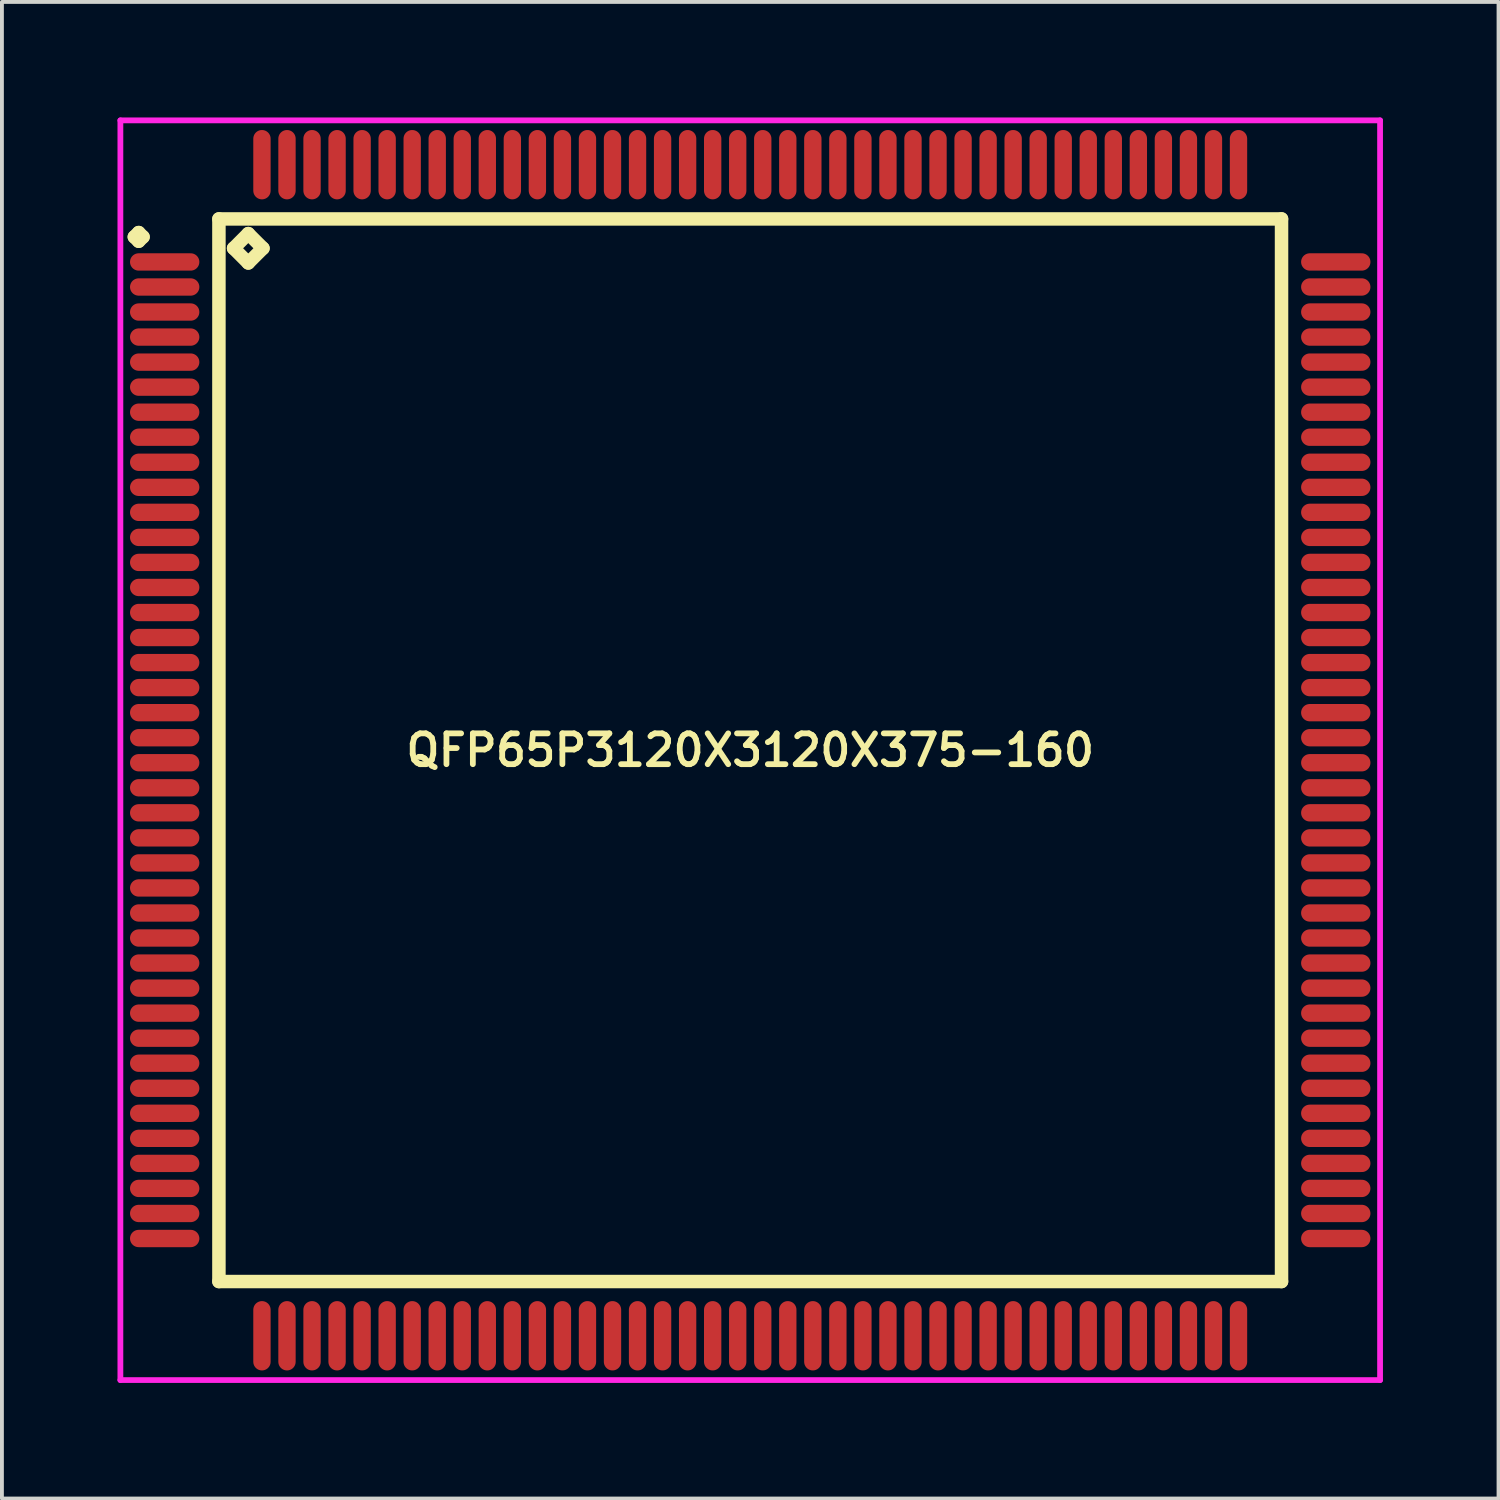
<source format=kicad_pcb>
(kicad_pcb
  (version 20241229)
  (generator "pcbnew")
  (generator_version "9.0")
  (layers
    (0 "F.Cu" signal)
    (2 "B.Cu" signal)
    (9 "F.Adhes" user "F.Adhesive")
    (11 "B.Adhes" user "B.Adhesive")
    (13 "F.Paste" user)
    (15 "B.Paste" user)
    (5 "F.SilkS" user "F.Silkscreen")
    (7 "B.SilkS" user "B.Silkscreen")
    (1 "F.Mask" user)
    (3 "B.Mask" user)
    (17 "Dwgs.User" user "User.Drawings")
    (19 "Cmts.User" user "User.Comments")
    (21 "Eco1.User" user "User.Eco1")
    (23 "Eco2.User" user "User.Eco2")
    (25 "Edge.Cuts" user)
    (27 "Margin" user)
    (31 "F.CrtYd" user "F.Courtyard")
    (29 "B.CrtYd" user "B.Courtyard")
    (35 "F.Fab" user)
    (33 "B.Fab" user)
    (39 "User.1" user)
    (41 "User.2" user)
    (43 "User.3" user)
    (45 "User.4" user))
  (footprint "QFP65P3120X3120X375-160"
    (layer "F.Cu")
    (at 16.425 16.425)
    (property "Reference" "QFP65P3120X3120X375-160" (at 0 0 0) (layer "F.SilkS") (effects (font (size 0.8 0.8) (thickness 0.15))))
    (attr through_hole)
    (fp_line (start -15.988 -13.325) (end -15.875 -13.438) (stroke (width 0.35) (type solid)) (layer "F.SilkS"))
    (fp_line (start -15.875 -13.438) (end -15.762 -13.325) (stroke (width 0.35) (type solid)) (layer "F.SilkS"))
    (fp_line (start -15.875 -13.213) (end -15.988 -13.325) (stroke (width 0.35) (type solid)) (layer "F.SilkS"))
    (fp_line (start -15.762 -13.325) (end -15.875 -13.213) (stroke (width 0.35) (type solid)) (layer "F.SilkS"))
    (fp_line (start -13.792 -13.792) (end -13.792 13.792) (stroke (width 0.35) (type solid)) (layer "F.SilkS"))
    (fp_line (start -13.792 13.792) (end 13.792 13.792) (stroke (width 0.35) (type solid)) (layer "F.SilkS"))
    (fp_line (start -13.411 -13.03) (end -13.03 -13.411) (stroke (width 0.35) (type solid)) (layer "F.SilkS"))
    (fp_line (start -13.03 -13.411) (end -12.649 -13.03) (stroke (width 0.35) (type solid)) (layer "F.SilkS"))
    (fp_line (start -13.03 -12.649) (end -13.411 -13.03) (stroke (width 0.35) (type solid)) (layer "F.SilkS"))
    (fp_line (start -12.649 -13.03) (end -13.03 -12.649) (stroke (width 0.35) (type solid)) (layer "F.SilkS"))
    (fp_line (start 13.792 -13.792) (end -13.792 -13.792) (stroke (width 0.35) (type solid)) (layer "F.SilkS"))
    (fp_line (start 13.792 13.792) (end 13.792 -13.792) (stroke (width 0.35) (type solid)) (layer "F.SilkS"))
    (fp_line (start -16.35 -16.35) (end 16.35 -16.35) (stroke (width 0.15) (type solid)) (layer "F.CrtYd"))
    (fp_line (start -16.35 16.35) (end -16.35 -16.35) (stroke (width 0.15) (type solid)) (layer "F.CrtYd"))
    (fp_line (start 16.35 -16.35) (end 16.35 16.35) (stroke (width 0.15) (type solid)) (layer "F.CrtYd"))
    (fp_line (start 16.35 16.35) (end -16.35 16.35) (stroke (width 0.15) (type solid)) (layer "F.CrtYd"))
    (pad "1" smd oval (at -15.2 -12.675) (size 1.8 0.45) (layers "F.Cu" "F.Mask" "F.Paste"))
    (pad "2" smd oval (at -15.2 -12.025) (size 1.8 0.45) (layers "F.Cu" "F.Mask" "F.Paste"))
    (pad "3" smd oval (at -15.2 -11.375) (size 1.8 0.45) (layers "F.Cu" "F.Mask" "F.Paste"))
    (pad "4" smd oval (at -15.2 -10.725) (size 1.8 0.45) (layers "F.Cu" "F.Mask" "F.Paste"))
    (pad "5" smd oval (at -15.2 -10.075) (size 1.8 0.45) (layers "F.Cu" "F.Mask" "F.Paste"))
    (pad "6" smd oval (at -15.2 -9.425) (size 1.8 0.45) (layers "F.Cu" "F.Mask" "F.Paste"))
    (pad "7" smd oval (at -15.2 -8.775) (size 1.8 0.45) (layers "F.Cu" "F.Mask" "F.Paste"))
    (pad "8" smd oval (at -15.2 -8.125) (size 1.8 0.45) (layers "F.Cu" "F.Mask" "F.Paste"))
    (pad "9" smd oval (at -15.2 -7.475) (size 1.8 0.45) (layers "F.Cu" "F.Mask" "F.Paste"))
    (pad "10" smd oval (at -15.2 -6.825) (size 1.8 0.45) (layers "F.Cu" "F.Mask" "F.Paste"))
    (pad "11" smd oval (at -15.2 -6.175) (size 1.8 0.45) (layers "F.Cu" "F.Mask" "F.Paste"))
    (pad "12" smd oval (at -15.2 -5.525) (size 1.8 0.45) (layers "F.Cu" "F.Mask" "F.Paste"))
    (pad "13" smd oval (at -15.2 -4.875) (size 1.8 0.45) (layers "F.Cu" "F.Mask" "F.Paste"))
    (pad "14" smd oval (at -15.2 -4.225) (size 1.8 0.45) (layers "F.Cu" "F.Mask" "F.Paste"))
    (pad "15" smd oval (at -15.2 -3.575) (size 1.8 0.45) (layers "F.Cu" "F.Mask" "F.Paste"))
    (pad "16" smd oval (at -15.2 -2.925) (size 1.8 0.45) (layers "F.Cu" "F.Mask" "F.Paste"))
    (pad "17" smd oval (at -15.2 -2.275) (size 1.8 0.45) (layers "F.Cu" "F.Mask" "F.Paste"))
    (pad "18" smd oval (at -15.2 -1.625) (size 1.8 0.45) (layers "F.Cu" "F.Mask" "F.Paste"))
    (pad "19" smd oval (at -15.2 -0.975) (size 1.8 0.45) (layers "F.Cu" "F.Mask" "F.Paste"))
    (pad "20" smd oval (at -15.2 -0.325) (size 1.8 0.45) (layers "F.Cu" "F.Mask" "F.Paste"))
    (pad "21" smd oval (at -15.2 0.325) (size 1.8 0.45) (layers "F.Cu" "F.Mask" "F.Paste"))
    (pad "22" smd oval (at -15.2 0.975) (size 1.8 0.45) (layers "F.Cu" "F.Mask" "F.Paste"))
    (pad "23" smd oval (at -15.2 1.625) (size 1.8 0.45) (layers "F.Cu" "F.Mask" "F.Paste"))
    (pad "24" smd oval (at -15.2 2.275) (size 1.8 0.45) (layers "F.Cu" "F.Mask" "F.Paste"))
    (pad "25" smd oval (at -15.2 2.925) (size 1.8 0.45) (layers "F.Cu" "F.Mask" "F.Paste"))
    (pad "26" smd oval (at -15.2 3.575) (size 1.8 0.45) (layers "F.Cu" "F.Mask" "F.Paste"))
    (pad "27" smd oval (at -15.2 4.225) (size 1.8 0.45) (layers "F.Cu" "F.Mask" "F.Paste"))
    (pad "28" smd oval (at -15.2 4.875) (size 1.8 0.45) (layers "F.Cu" "F.Mask" "F.Paste"))
    (pad "29" smd oval (at -15.2 5.525) (size 1.8 0.45) (layers "F.Cu" "F.Mask" "F.Paste"))
    (pad "30" smd oval (at -15.2 6.175) (size 1.8 0.45) (layers "F.Cu" "F.Mask" "F.Paste"))
    (pad "31" smd oval (at -15.2 6.825) (size 1.8 0.45) (layers "F.Cu" "F.Mask" "F.Paste"))
    (pad "32" smd oval (at -15.2 7.475) (size 1.8 0.45) (layers "F.Cu" "F.Mask" "F.Paste"))
    (pad "33" smd oval (at -15.2 8.125) (size 1.8 0.45) (layers "F.Cu" "F.Mask" "F.Paste"))
    (pad "34" smd oval (at -15.2 8.775) (size 1.8 0.45) (layers "F.Cu" "F.Mask" "F.Paste"))
    (pad "35" smd oval (at -15.2 9.425) (size 1.8 0.45) (layers "F.Cu" "F.Mask" "F.Paste"))
    (pad "36" smd oval (at -15.2 10.075) (size 1.8 0.45) (layers "F.Cu" "F.Mask" "F.Paste"))
    (pad "37" smd oval (at -15.2 10.725) (size 1.8 0.45) (layers "F.Cu" "F.Mask" "F.Paste"))
    (pad "38" smd oval (at -15.2 11.375) (size 1.8 0.45) (layers "F.Cu" "F.Mask" "F.Paste"))
    (pad "39" smd oval (at -15.2 12.025) (size 1.8 0.45) (layers "F.Cu" "F.Mask" "F.Paste"))
    (pad "40" smd oval (at -15.2 12.675) (size 1.8 0.45) (layers "F.Cu" "F.Mask" "F.Paste"))
    (pad "41" smd oval (at -12.675 15.2) (size 0.45 1.8) (layers "F.Cu" "F.Mask" "F.Paste"))
    (pad "42" smd oval (at -12.025 15.2) (size 0.45 1.8) (layers "F.Cu" "F.Mask" "F.Paste"))
    (pad "43" smd oval (at -11.375 15.2) (size 0.45 1.8) (layers "F.Cu" "F.Mask" "F.Paste"))
    (pad "44" smd oval (at -10.725 15.2) (size 0.45 1.8) (layers "F.Cu" "F.Mask" "F.Paste"))
    (pad "45" smd oval (at -10.075 15.2) (size 0.45 1.8) (layers "F.Cu" "F.Mask" "F.Paste"))
    (pad "46" smd oval (at -9.425 15.2) (size 0.45 1.8) (layers "F.Cu" "F.Mask" "F.Paste"))
    (pad "47" smd oval (at -8.775 15.2) (size 0.45 1.8) (layers "F.Cu" "F.Mask" "F.Paste"))
    (pad "48" smd oval (at -8.125 15.2) (size 0.45 1.8) (layers "F.Cu" "F.Mask" "F.Paste"))
    (pad "49" smd oval (at -7.475 15.2) (size 0.45 1.8) (layers "F.Cu" "F.Mask" "F.Paste"))
    (pad "50" smd oval (at -6.825 15.2) (size 0.45 1.8) (layers "F.Cu" "F.Mask" "F.Paste"))
    (pad "51" smd oval (at -6.175 15.2) (size 0.45 1.8) (layers "F.Cu" "F.Mask" "F.Paste"))
    (pad "52" smd oval (at -5.525 15.2) (size 0.45 1.8) (layers "F.Cu" "F.Mask" "F.Paste"))
    (pad "53" smd oval (at -4.875 15.2) (size 0.45 1.8) (layers "F.Cu" "F.Mask" "F.Paste"))
    (pad "54" smd oval (at -4.225 15.2) (size 0.45 1.8) (layers "F.Cu" "F.Mask" "F.Paste"))
    (pad "55" smd oval (at -3.575 15.2) (size 0.45 1.8) (layers "F.Cu" "F.Mask" "F.Paste"))
    (pad "56" smd oval (at -2.925 15.2) (size 0.45 1.8) (layers "F.Cu" "F.Mask" "F.Paste"))
    (pad "57" smd oval (at -2.275 15.2) (size 0.45 1.8) (layers "F.Cu" "F.Mask" "F.Paste"))
    (pad "58" smd oval (at -1.625 15.2) (size 0.45 1.8) (layers "F.Cu" "F.Mask" "F.Paste"))
    (pad "59" smd oval (at -0.975 15.2) (size 0.45 1.8) (layers "F.Cu" "F.Mask" "F.Paste"))
    (pad "60" smd oval (at -0.325 15.2) (size 0.45 1.8) (layers "F.Cu" "F.Mask" "F.Paste"))
    (pad "61" smd oval (at 0.325 15.2) (size 0.45 1.8) (layers "F.Cu" "F.Mask" "F.Paste"))
    (pad "62" smd oval (at 0.975 15.2) (size 0.45 1.8) (layers "F.Cu" "F.Mask" "F.Paste"))
    (pad "63" smd oval (at 1.625 15.2) (size 0.45 1.8) (layers "F.Cu" "F.Mask" "F.Paste"))
    (pad "64" smd oval (at 2.275 15.2) (size 0.45 1.8) (layers "F.Cu" "F.Mask" "F.Paste"))
    (pad "65" smd oval (at 2.925 15.2) (size 0.45 1.8) (layers "F.Cu" "F.Mask" "F.Paste"))
    (pad "66" smd oval (at 3.575 15.2) (size 0.45 1.8) (layers "F.Cu" "F.Mask" "F.Paste"))
    (pad "67" smd oval (at 4.225 15.2) (size 0.45 1.8) (layers "F.Cu" "F.Mask" "F.Paste"))
    (pad "68" smd oval (at 4.875 15.2) (size 0.45 1.8) (layers "F.Cu" "F.Mask" "F.Paste"))
    (pad "69" smd oval (at 5.525 15.2) (size 0.45 1.8) (layers "F.Cu" "F.Mask" "F.Paste"))
    (pad "70" smd oval (at 6.175 15.2) (size 0.45 1.8) (layers "F.Cu" "F.Mask" "F.Paste"))
    (pad "71" smd oval (at 6.825 15.2) (size 0.45 1.8) (layers "F.Cu" "F.Mask" "F.Paste"))
    (pad "72" smd oval (at 7.475 15.2) (size 0.45 1.8) (layers "F.Cu" "F.Mask" "F.Paste"))
    (pad "73" smd oval (at 8.125 15.2) (size 0.45 1.8) (layers "F.Cu" "F.Mask" "F.Paste"))
    (pad "74" smd oval (at 8.775 15.2) (size 0.45 1.8) (layers "F.Cu" "F.Mask" "F.Paste"))
    (pad "75" smd oval (at 9.425 15.2) (size 0.45 1.8) (layers "F.Cu" "F.Mask" "F.Paste"))
    (pad "76" smd oval (at 10.075 15.2) (size 0.45 1.8) (layers "F.Cu" "F.Mask" "F.Paste"))
    (pad "77" smd oval (at 10.725 15.2) (size 0.45 1.8) (layers "F.Cu" "F.Mask" "F.Paste"))
    (pad "78" smd oval (at 11.375 15.2) (size 0.45 1.8) (layers "F.Cu" "F.Mask" "F.Paste"))
    (pad "79" smd oval (at 12.025 15.2) (size 0.45 1.8) (layers "F.Cu" "F.Mask" "F.Paste"))
    (pad "80" smd oval (at 12.675 15.2) (size 0.45 1.8) (layers "F.Cu" "F.Mask" "F.Paste"))
    (pad "81" smd oval (at 15.2 12.675) (size 1.8 0.45) (layers "F.Cu" "F.Mask" "F.Paste"))
    (pad "82" smd oval (at 15.2 12.025) (size 1.8 0.45) (layers "F.Cu" "F.Mask" "F.Paste"))
    (pad "83" smd oval (at 15.2 11.375) (size 1.8 0.45) (layers "F.Cu" "F.Mask" "F.Paste"))
    (pad "84" smd oval (at 15.2 10.725) (size 1.8 0.45) (layers "F.Cu" "F.Mask" "F.Paste"))
    (pad "85" smd oval (at 15.2 10.075) (size 1.8 0.45) (layers "F.Cu" "F.Mask" "F.Paste"))
    (pad "86" smd oval (at 15.2 9.425) (size 1.8 0.45) (layers "F.Cu" "F.Mask" "F.Paste"))
    (pad "87" smd oval (at 15.2 8.775) (size 1.8 0.45) (layers "F.Cu" "F.Mask" "F.Paste"))
    (pad "88" smd oval (at 15.2 8.125) (size 1.8 0.45) (layers "F.Cu" "F.Mask" "F.Paste"))
    (pad "89" smd oval (at 15.2 7.475) (size 1.8 0.45) (layers "F.Cu" "F.Mask" "F.Paste"))
    (pad "90" smd oval (at 15.2 6.825) (size 1.8 0.45) (layers "F.Cu" "F.Mask" "F.Paste"))
    (pad "91" smd oval (at 15.2 6.175) (size 1.8 0.45) (layers "F.Cu" "F.Mask" "F.Paste"))
    (pad "92" smd oval (at 15.2 5.525) (size 1.8 0.45) (layers "F.Cu" "F.Mask" "F.Paste"))
    (pad "93" smd oval (at 15.2 4.875) (size 1.8 0.45) (layers "F.Cu" "F.Mask" "F.Paste"))
    (pad "94" smd oval (at 15.2 4.225) (size 1.8 0.45) (layers "F.Cu" "F.Mask" "F.Paste"))
    (pad "95" smd oval (at 15.2 3.575) (size 1.8 0.45) (layers "F.Cu" "F.Mask" "F.Paste"))
    (pad "96" smd oval (at 15.2 2.925) (size 1.8 0.45) (layers "F.Cu" "F.Mask" "F.Paste"))
    (pad "97" smd oval (at 15.2 2.275) (size 1.8 0.45) (layers "F.Cu" "F.Mask" "F.Paste"))
    (pad "98" smd oval (at 15.2 1.625) (size 1.8 0.45) (layers "F.Cu" "F.Mask" "F.Paste"))
    (pad "99" smd oval (at 15.2 0.975) (size 1.8 0.45) (layers "F.Cu" "F.Mask" "F.Paste"))
    (pad "100" smd oval (at 15.2 0.325) (size 1.8 0.45) (layers "F.Cu" "F.Mask" "F.Paste"))
    (pad "101" smd oval (at 15.2 -0.325) (size 1.8 0.45) (layers "F.Cu" "F.Mask" "F.Paste"))
    (pad "102" smd oval (at 15.2 -0.975) (size 1.8 0.45) (layers "F.Cu" "F.Mask" "F.Paste"))
    (pad "103" smd oval (at 15.2 -1.625) (size 1.8 0.45) (layers "F.Cu" "F.Mask" "F.Paste"))
    (pad "104" smd oval (at 15.2 -2.275) (size 1.8 0.45) (layers "F.Cu" "F.Mask" "F.Paste"))
    (pad "105" smd oval (at 15.2 -2.925) (size 1.8 0.45) (layers "F.Cu" "F.Mask" "F.Paste"))
    (pad "106" smd oval (at 15.2 -3.575) (size 1.8 0.45) (layers "F.Cu" "F.Mask" "F.Paste"))
    (pad "107" smd oval (at 15.2 -4.225) (size 1.8 0.45) (layers "F.Cu" "F.Mask" "F.Paste"))
    (pad "108" smd oval (at 15.2 -4.875) (size 1.8 0.45) (layers "F.Cu" "F.Mask" "F.Paste"))
    (pad "109" smd oval (at 15.2 -5.525) (size 1.8 0.45) (layers "F.Cu" "F.Mask" "F.Paste"))
    (pad "110" smd oval (at 15.2 -6.175) (size 1.8 0.45) (layers "F.Cu" "F.Mask" "F.Paste"))
    (pad "111" smd oval (at 15.2 -6.825) (size 1.8 0.45) (layers "F.Cu" "F.Mask" "F.Paste"))
    (pad "112" smd oval (at 15.2 -7.475) (size 1.8 0.45) (layers "F.Cu" "F.Mask" "F.Paste"))
    (pad "113" smd oval (at 15.2 -8.125) (size 1.8 0.45) (layers "F.Cu" "F.Mask" "F.Paste"))
    (pad "114" smd oval (at 15.2 -8.775) (size 1.8 0.45) (layers "F.Cu" "F.Mask" "F.Paste"))
    (pad "115" smd oval (at 15.2 -9.425) (size 1.8 0.45) (layers "F.Cu" "F.Mask" "F.Paste"))
    (pad "116" smd oval (at 15.2 -10.075) (size 1.8 0.45) (layers "F.Cu" "F.Mask" "F.Paste"))
    (pad "117" smd oval (at 15.2 -10.725) (size 1.8 0.45) (layers "F.Cu" "F.Mask" "F.Paste"))
    (pad "118" smd oval (at 15.2 -11.375) (size 1.8 0.45) (layers "F.Cu" "F.Mask" "F.Paste"))
    (pad "119" smd oval (at 15.2 -12.025) (size 1.8 0.45) (layers "F.Cu" "F.Mask" "F.Paste"))
    (pad "120" smd oval (at 15.2 -12.675) (size 1.8 0.45) (layers "F.Cu" "F.Mask" "F.Paste"))
    (pad "121" smd oval (at 12.675 -15.2) (size 0.45 1.8) (layers "F.Cu" "F.Mask" "F.Paste"))
    (pad "122" smd oval (at 12.025 -15.2) (size 0.45 1.8) (layers "F.Cu" "F.Mask" "F.Paste"))
    (pad "123" smd oval (at 11.375 -15.2) (size 0.45 1.8) (layers "F.Cu" "F.Mask" "F.Paste"))
    (pad "124" smd oval (at 10.725 -15.2) (size 0.45 1.8) (layers "F.Cu" "F.Mask" "F.Paste"))
    (pad "125" smd oval (at 10.075 -15.2) (size 0.45 1.8) (layers "F.Cu" "F.Mask" "F.Paste"))
    (pad "126" smd oval (at 9.425 -15.2) (size 0.45 1.8) (layers "F.Cu" "F.Mask" "F.Paste"))
    (pad "127" smd oval (at 8.775 -15.2) (size 0.45 1.8) (layers "F.Cu" "F.Mask" "F.Paste"))
    (pad "128" smd oval (at 8.125 -15.2) (size 0.45 1.8) (layers "F.Cu" "F.Mask" "F.Paste"))
    (pad "129" smd oval (at 7.475 -15.2) (size 0.45 1.8) (layers "F.Cu" "F.Mask" "F.Paste"))
    (pad "130" smd oval (at 6.825 -15.2) (size 0.45 1.8) (layers "F.Cu" "F.Mask" "F.Paste"))
    (pad "131" smd oval (at 6.175 -15.2) (size 0.45 1.8) (layers "F.Cu" "F.Mask" "F.Paste"))
    (pad "132" smd oval (at 5.525 -15.2) (size 0.45 1.8) (layers "F.Cu" "F.Mask" "F.Paste"))
    (pad "133" smd oval (at 4.875 -15.2) (size 0.45 1.8) (layers "F.Cu" "F.Mask" "F.Paste"))
    (pad "134" smd oval (at 4.225 -15.2) (size 0.45 1.8) (layers "F.Cu" "F.Mask" "F.Paste"))
    (pad "135" smd oval (at 3.575 -15.2) (size 0.45 1.8) (layers "F.Cu" "F.Mask" "F.Paste"))
    (pad "136" smd oval (at 2.925 -15.2) (size 0.45 1.8) (layers "F.Cu" "F.Mask" "F.Paste"))
    (pad "137" smd oval (at 2.275 -15.2) (size 0.45 1.8) (layers "F.Cu" "F.Mask" "F.Paste"))
    (pad "138" smd oval (at 1.625 -15.2) (size 0.45 1.8) (layers "F.Cu" "F.Mask" "F.Paste"))
    (pad "139" smd oval (at 0.975 -15.2) (size 0.45 1.8) (layers "F.Cu" "F.Mask" "F.Paste"))
    (pad "140" smd oval (at 0.325 -15.2) (size 0.45 1.8) (layers "F.Cu" "F.Mask" "F.Paste"))
    (pad "141" smd oval (at -0.325 -15.2) (size 0.45 1.8) (layers "F.Cu" "F.Mask" "F.Paste"))
    (pad "142" smd oval (at -0.975 -15.2) (size 0.45 1.8) (layers "F.Cu" "F.Mask" "F.Paste"))
    (pad "143" smd oval (at -1.625 -15.2) (size 0.45 1.8) (layers "F.Cu" "F.Mask" "F.Paste"))
    (pad "144" smd oval (at -2.275 -15.2) (size 0.45 1.8) (layers "F.Cu" "F.Mask" "F.Paste"))
    (pad "145" smd oval (at -2.925 -15.2) (size 0.45 1.8) (layers "F.Cu" "F.Mask" "F.Paste"))
    (pad "146" smd oval (at -3.575 -15.2) (size 0.45 1.8) (layers "F.Cu" "F.Mask" "F.Paste"))
    (pad "147" smd oval (at -4.225 -15.2) (size 0.45 1.8) (layers "F.Cu" "F.Mask" "F.Paste"))
    (pad "148" smd oval (at -4.875 -15.2) (size 0.45 1.8) (layers "F.Cu" "F.Mask" "F.Paste"))
    (pad "149" smd oval (at -5.525 -15.2) (size 0.45 1.8) (layers "F.Cu" "F.Mask" "F.Paste"))
    (pad "150" smd oval (at -6.175 -15.2) (size 0.45 1.8) (layers "F.Cu" "F.Mask" "F.Paste"))
    (pad "151" smd oval (at -6.825 -15.2) (size 0.45 1.8) (layers "F.Cu" "F.Mask" "F.Paste"))
    (pad "152" smd oval (at -7.475 -15.2) (size 0.45 1.8) (layers "F.Cu" "F.Mask" "F.Paste"))
    (pad "153" smd oval (at -8.125 -15.2) (size 0.45 1.8) (layers "F.Cu" "F.Mask" "F.Paste"))
    (pad "154" smd oval (at -8.775 -15.2) (size 0.45 1.8) (layers "F.Cu" "F.Mask" "F.Paste"))
    (pad "155" smd oval (at -9.425 -15.2) (size 0.45 1.8) (layers "F.Cu" "F.Mask" "F.Paste"))
    (pad "156" smd oval (at -10.075 -15.2) (size 0.45 1.8) (layers "F.Cu" "F.Mask" "F.Paste"))
    (pad "157" smd oval (at -10.725 -15.2) (size 0.45 1.8) (layers "F.Cu" "F.Mask" "F.Paste"))
    (pad "158" smd oval (at -11.375 -15.2) (size 0.45 1.8) (layers "F.Cu" "F.Mask" "F.Paste"))
    (pad "159" smd oval (at -12.025 -15.2) (size 0.45 1.8) (layers "F.Cu" "F.Mask" "F.Paste"))
    (pad "160" smd oval (at -12.675 -15.2) (size 0.45 1.8) (layers "F.Cu" "F.Mask" "F.Paste")))
  (gr_rect
    (start -3 -3)
    (end 35.85 35.85)
    (stroke (width 0.1) (type default))
    (fill no)
    (layer "Edge.Cuts")))
</source>
